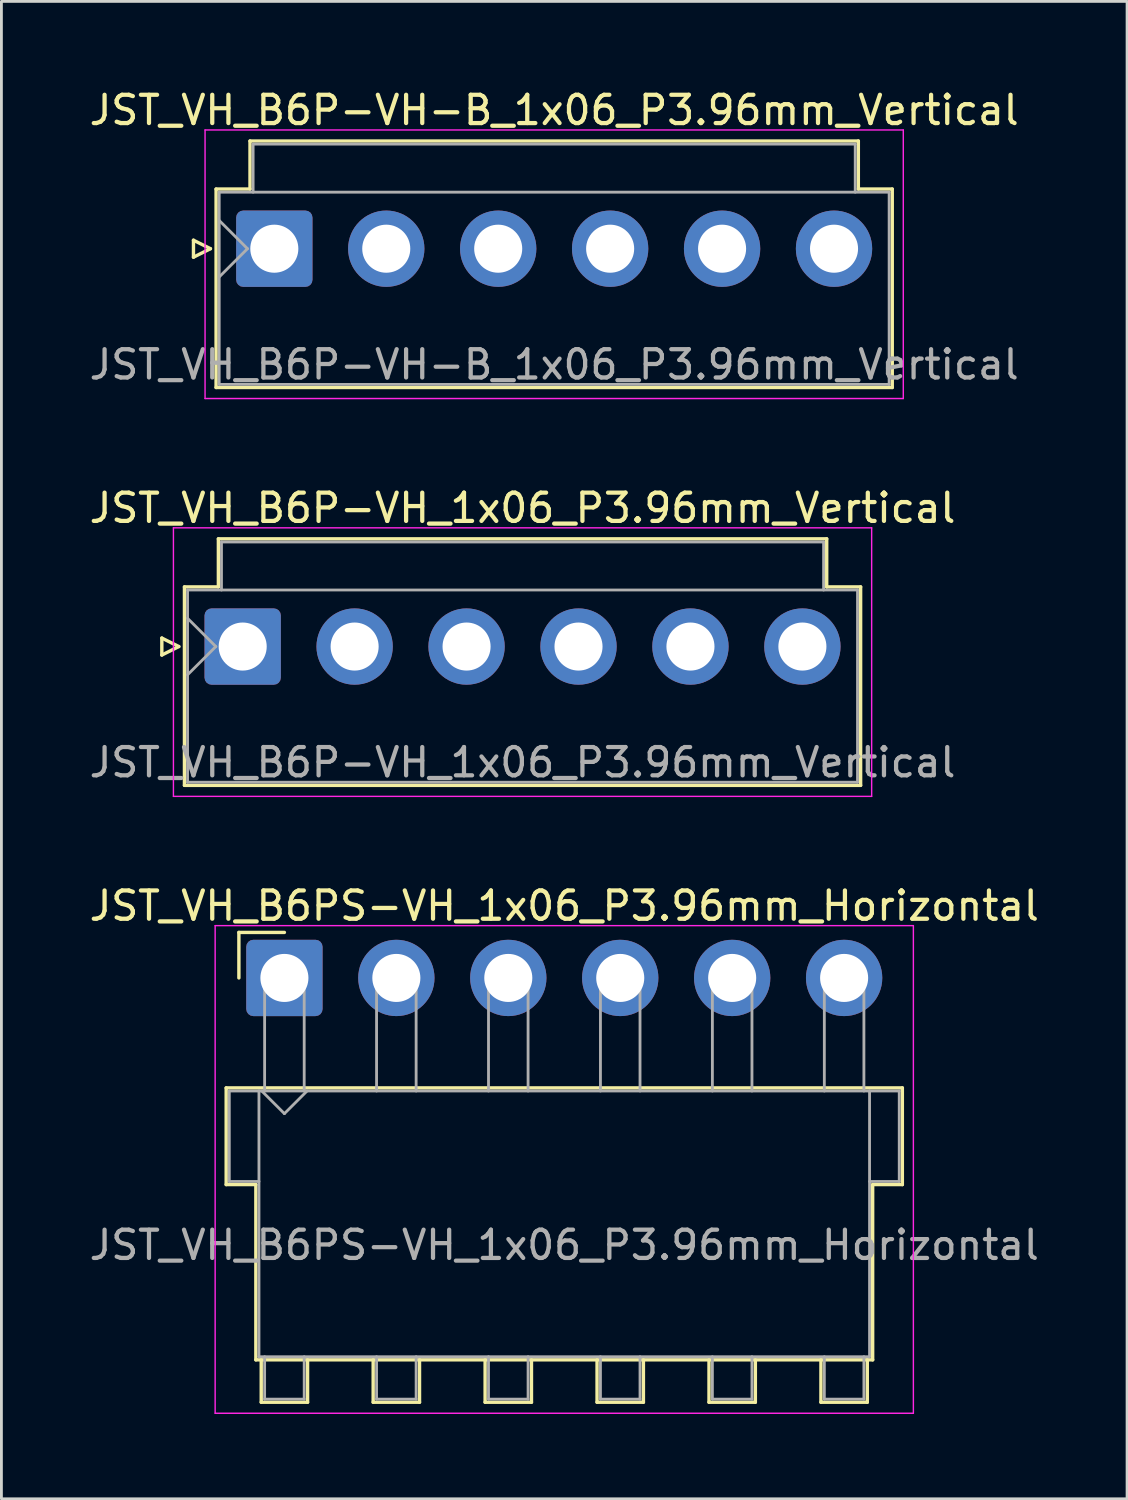
<source format=kicad_pcb>
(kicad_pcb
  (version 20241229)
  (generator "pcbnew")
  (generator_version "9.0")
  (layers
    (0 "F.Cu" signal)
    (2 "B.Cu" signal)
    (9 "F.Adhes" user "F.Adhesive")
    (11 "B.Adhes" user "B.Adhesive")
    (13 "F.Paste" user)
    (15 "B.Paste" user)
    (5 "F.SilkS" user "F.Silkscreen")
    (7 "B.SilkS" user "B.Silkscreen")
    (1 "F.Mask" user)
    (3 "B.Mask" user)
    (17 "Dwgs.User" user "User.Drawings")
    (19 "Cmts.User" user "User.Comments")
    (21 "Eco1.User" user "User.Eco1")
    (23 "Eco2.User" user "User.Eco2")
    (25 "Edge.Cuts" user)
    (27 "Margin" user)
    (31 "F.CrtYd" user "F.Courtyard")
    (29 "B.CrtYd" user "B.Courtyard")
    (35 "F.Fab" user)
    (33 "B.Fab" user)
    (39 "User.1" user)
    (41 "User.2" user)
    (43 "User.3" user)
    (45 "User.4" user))
  (footprint "JST_VH_B6P-VH_1x06_P3.96mm_Vertical"
    (layer "F.Cu")
    (at 5.535 19.822)
    (property "Reference" "JST_VH_B6P-VH_1x06_P3.96mm_Vertical" (at 9.9 -4.9 0) (layer "F.SilkS") (effects (font (size 1 1) (thickness 0.15))))
    (attr through_hole)
    (fp_line (start -2.86 -0.3) (end -2.26 0) (stroke (width 0.12) (type solid)) (layer "F.SilkS"))
    (fp_line (start -2.86 0.3) (end -2.86 -0.3) (stroke (width 0.12) (type solid)) (layer "F.SilkS"))
    (fp_line (start -2.26 0) (end -2.86 0.3) (stroke (width 0.12) (type solid)) (layer "F.SilkS"))
    (fp_line (start -2.06 -2.11) (end -0.86 -2.11) (stroke (width 0.12) (type solid)) (layer "F.SilkS"))
    (fp_line (start -2.06 4.91) (end -2.06 -2.11) (stroke (width 0.12) (type solid)) (layer "F.SilkS"))
    (fp_line (start -0.86 -3.81) (end 20.66 -3.81) (stroke (width 0.12) (type solid)) (layer "F.SilkS"))
    (fp_line (start -0.86 -2.11) (end -0.86 -3.81) (stroke (width 0.12) (type solid)) (layer "F.SilkS"))
    (fp_line (start 20.66 -3.81) (end 20.66 -2.11) (stroke (width 0.12) (type solid)) (layer "F.SilkS"))
    (fp_line (start 20.66 -2.11) (end 21.86 -2.11) (stroke (width 0.12) (type solid)) (layer "F.SilkS"))
    (fp_line (start 21.86 -2.11) (end 21.86 4.91) (stroke (width 0.12) (type solid)) (layer "F.SilkS"))
    (fp_line (start 21.86 4.91) (end -2.06 4.91) (stroke (width 0.12) (type solid)) (layer "F.SilkS"))
    (fp_line (start -2.45 -4.2) (end -2.45 5.3) (stroke (width 0.05) (type solid)) (layer "F.CrtYd"))
    (fp_line (start -2.45 5.3) (end 22.25 5.3) (stroke (width 0.05) (type solid)) (layer "F.CrtYd"))
    (fp_line (start 22.25 -4.2) (end -2.45 -4.2) (stroke (width 0.05) (type solid)) (layer "F.CrtYd"))
    (fp_line (start 22.25 5.3) (end 22.25 -4.2) (stroke (width 0.05) (type solid)) (layer "F.CrtYd"))
    (fp_line (start -1.95 -2) (end -1.95 4.8) (stroke (width 0.1) (type solid)) (layer "F.Fab"))
    (fp_line (start -1.95 -1) (end -0.95 0) (stroke (width 0.1) (type solid)) (layer "F.Fab"))
    (fp_line (start -1.95 1) (end -0.95 0) (stroke (width 0.1) (type solid)) (layer "F.Fab"))
    (fp_line (start -1.95 4.8) (end 21.75 4.8) (stroke (width 0.1) (type solid)) (layer "F.Fab"))
    (fp_line (start -0.75 -3.7) (end 20.55 -3.7) (stroke (width 0.1) (type solid)) (layer "F.Fab"))
    (fp_line (start -0.75 -2) (end -0.75 -3.7) (stroke (width 0.1) (type solid)) (layer "F.Fab"))
    (fp_line (start 20.55 -3.7) (end 20.55 -2) (stroke (width 0.1) (type solid)) (layer "F.Fab"))
    (fp_line (start 21.75 -2) (end -1.95 -2) (stroke (width 0.1) (type solid)) (layer "F.Fab"))
    (fp_line (start 21.75 4.8) (end 21.75 -2) (stroke (width 0.1) (type solid)) (layer "F.Fab"))
    (fp_text user "${REFERENCE}" (at 9.9 4.1 0) (layer "F.Fab") (effects (font (size 1 1) (thickness 0.15))))
    (pad "1" thru_hole roundrect (at 0 0) (size 2.7 2.7) (drill 1.7) (layers "*.Cu" "*.Mask") (roundrect_rratio 0.093))
    (pad "2" thru_hole circle (at 3.96 0) (size 2.7 2.7) (drill 1.7) (layers "*.Cu" "*.Mask"))
    (pad "3" thru_hole circle (at 7.92 0) (size 2.7 2.7) (drill 1.7) (layers "*.Cu" "*.Mask"))
    (pad "4" thru_hole circle (at 11.88 0) (size 2.7 2.7) (drill 1.7) (layers "*.Cu" "*.Mask"))
    (pad "5" thru_hole circle (at 15.84 0) (size 2.7 2.7) (drill 1.7) (layers "*.Cu" "*.Mask"))
    (pad "6" thru_hole circle (at 19.8 0) (size 2.7 2.7) (drill 1.7) (layers "*.Cu" "*.Mask")))
  (footprint "JST_VH_B6PS-VH_1x06_P3.96mm_Horizontal"
    (layer "F.Cu")
    (at 7.011 31.545)
    (property "Reference" "JST_VH_B6PS-VH_1x06_P3.96mm_Horizontal" (at 9.9 -2.55 0) (layer "F.SilkS") (effects (font (size 1 1) (thickness 0.15))))
    (attr through_hole)
    (fp_line (start -2.06 3.89) (end 21.86 3.89) (stroke (width 0.12) (type solid)) (layer "F.SilkS"))
    (fp_line (start -2.06 7.31) (end -2.06 3.89) (stroke (width 0.12) (type solid)) (layer "F.SilkS"))
    (fp_line (start -1.61 -1.61) (end -1.61 0) (stroke (width 0.12) (type solid)) (layer "F.SilkS"))
    (fp_line (start -1.01 7.31) (end -2.06 7.31) (stroke (width 0.12) (type solid)) (layer "F.SilkS"))
    (fp_line (start -1.01 13.51) (end -1.01 7.31) (stroke (width 0.12) (type solid)) (layer "F.SilkS"))
    (fp_line (start -0.82 13.51) (end -0.82 15.01) (stroke (width 0.12) (type solid)) (layer "F.SilkS"))
    (fp_line (start -0.82 15.01) (end 0.82 15.01) (stroke (width 0.12) (type solid)) (layer "F.SilkS"))
    (fp_line (start 0 -1.61) (end -1.61 -1.61) (stroke (width 0.12) (type solid)) (layer "F.SilkS"))
    (fp_line (start 0.82 15.01) (end 0.82 13.51) (stroke (width 0.12) (type solid)) (layer "F.SilkS"))
    (fp_line (start 3.14 13.51) (end 3.14 15.01) (stroke (width 0.12) (type solid)) (layer "F.SilkS"))
    (fp_line (start 3.14 15.01) (end 4.78 15.01) (stroke (width 0.12) (type solid)) (layer "F.SilkS"))
    (fp_line (start 4.78 15.01) (end 4.78 13.51) (stroke (width 0.12) (type solid)) (layer "F.SilkS"))
    (fp_line (start 7.1 13.51) (end 7.1 15.01) (stroke (width 0.12) (type solid)) (layer "F.SilkS"))
    (fp_line (start 7.1 15.01) (end 8.74 15.01) (stroke (width 0.12) (type solid)) (layer "F.SilkS"))
    (fp_line (start 8.74 15.01) (end 8.74 13.51) (stroke (width 0.12) (type solid)) (layer "F.SilkS"))
    (fp_line (start 11.06 13.51) (end 11.06 15.01) (stroke (width 0.12) (type solid)) (layer "F.SilkS"))
    (fp_line (start 11.06 15.01) (end 12.7 15.01) (stroke (width 0.12) (type solid)) (layer "F.SilkS"))
    (fp_line (start 12.7 15.01) (end 12.7 13.51) (stroke (width 0.12) (type solid)) (layer "F.SilkS"))
    (fp_line (start 15.02 13.51) (end 15.02 15.01) (stroke (width 0.12) (type solid)) (layer "F.SilkS"))
    (fp_line (start 15.02 15.01) (end 16.66 15.01) (stroke (width 0.12) (type solid)) (layer "F.SilkS"))
    (fp_line (start 16.66 15.01) (end 16.66 13.51) (stroke (width 0.12) (type solid)) (layer "F.SilkS"))
    (fp_line (start 18.98 13.51) (end 18.98 15.01) (stroke (width 0.12) (type solid)) (layer "F.SilkS"))
    (fp_line (start 18.98 15.01) (end 20.62 15.01) (stroke (width 0.12) (type solid)) (layer "F.SilkS"))
    (fp_line (start 20.62 15.01) (end 20.62 13.51) (stroke (width 0.12) (type solid)) (layer "F.SilkS"))
    (fp_line (start 20.81 7.31) (end 20.81 13.51) (stroke (width 0.12) (type solid)) (layer "F.SilkS"))
    (fp_line (start 20.81 13.51) (end -1.01 13.51) (stroke (width 0.12) (type solid)) (layer "F.SilkS"))
    (fp_line (start 21.86 3.89) (end 21.86 7.31) (stroke (width 0.12) (type solid)) (layer "F.SilkS"))
    (fp_line (start 21.86 7.31) (end 20.81 7.31) (stroke (width 0.12) (type solid)) (layer "F.SilkS"))
    (fp_line (start -2.45 -1.85) (end -2.45 15.4) (stroke (width 0.05) (type solid)) (layer "F.CrtYd"))
    (fp_line (start -2.45 15.4) (end 22.25 15.4) (stroke (width 0.05) (type solid)) (layer "F.CrtYd"))
    (fp_line (start 22.25 -1.85) (end -2.45 -1.85) (stroke (width 0.05) (type solid)) (layer "F.CrtYd"))
    (fp_line (start 22.25 15.4) (end 22.25 -1.85) (stroke (width 0.05) (type solid)) (layer "F.CrtYd"))
    (fp_line (start -1.95 4) (end -0.9 4) (stroke (width 0.1) (type solid)) (layer "F.Fab"))
    (fp_line (start -1.95 7.2) (end -1.95 4) (stroke (width 0.1) (type solid)) (layer "F.Fab"))
    (fp_line (start -0.9 4) (end -0.9 13.4) (stroke (width 0.1) (type solid)) (layer "F.Fab"))
    (fp_line (start -0.9 7.2) (end -1.95 7.2) (stroke (width 0.1) (type solid)) (layer "F.Fab"))
    (fp_line (start -0.9 13.4) (end 20.7 13.4) (stroke (width 0.1) (type solid)) (layer "F.Fab"))
    (fp_line (start -0.8 4) (end 0 4.8) (stroke (width 0.1) (type solid)) (layer "F.Fab"))
    (fp_line (start -0.7 0) (end 0.7 0) (stroke (width 0.1) (type solid)) (layer "F.Fab"))
    (fp_line (start -0.7 4) (end -0.7 0) (stroke (width 0.1) (type solid)) (layer "F.Fab"))
    (fp_line (start -0.7 13.4) (end -0.7 14.9) (stroke (width 0.1) (type solid)) (layer "F.Fab"))
    (fp_line (start -0.7 14.9) (end 0.7 14.9) (stroke (width 0.1) (type solid)) (layer "F.Fab"))
    (fp_line (start 0 4.8) (end 0.8 4) (stroke (width 0.1) (type solid)) (layer "F.Fab"))
    (fp_line (start 0.7 0) (end 0.7 4) (stroke (width 0.1) (type solid)) (layer "F.Fab"))
    (fp_line (start 0.7 14.9) (end 0.7 13.4) (stroke (width 0.1) (type solid)) (layer "F.Fab"))
    (fp_line (start 3.26 0) (end 4.66 0) (stroke (width 0.1) (type solid)) (layer "F.Fab"))
    (fp_line (start 3.26 4) (end 3.26 0) (stroke (width 0.1) (type solid)) (layer "F.Fab"))
    (fp_line (start 3.26 13.4) (end 3.26 14.9) (stroke (width 0.1) (type solid)) (layer "F.Fab"))
    (fp_line (start 3.26 14.9) (end 4.66 14.9) (stroke (width 0.1) (type solid)) (layer "F.Fab"))
    (fp_line (start 4.66 0) (end 4.66 4) (stroke (width 0.1) (type solid)) (layer "F.Fab"))
    (fp_line (start 4.66 14.9) (end 4.66 13.4) (stroke (width 0.1) (type solid)) (layer "F.Fab"))
    (fp_line (start 7.22 0) (end 8.62 0) (stroke (width 0.1) (type solid)) (layer "F.Fab"))
    (fp_line (start 7.22 4) (end 7.22 0) (stroke (width 0.1) (type solid)) (layer "F.Fab"))
    (fp_line (start 7.22 13.4) (end 7.22 14.9) (stroke (width 0.1) (type solid)) (layer "F.Fab"))
    (fp_line (start 7.22 14.9) (end 8.62 14.9) (stroke (width 0.1) (type solid)) (layer "F.Fab"))
    (fp_line (start 8.62 0) (end 8.62 4) (stroke (width 0.1) (type solid)) (layer "F.Fab"))
    (fp_line (start 8.62 14.9) (end 8.62 13.4) (stroke (width 0.1) (type solid)) (layer "F.Fab"))
    (fp_line (start 11.18 0) (end 12.58 0) (stroke (width 0.1) (type solid)) (layer "F.Fab"))
    (fp_line (start 11.18 4) (end 11.18 0) (stroke (width 0.1) (type solid)) (layer "F.Fab"))
    (fp_line (start 11.18 13.4) (end 11.18 14.9) (stroke (width 0.1) (type solid)) (layer "F.Fab"))
    (fp_line (start 11.18 14.9) (end 12.58 14.9) (stroke (width 0.1) (type solid)) (layer "F.Fab"))
    (fp_line (start 12.58 0) (end 12.58 4) (stroke (width 0.1) (type solid)) (layer "F.Fab"))
    (fp_line (start 12.58 14.9) (end 12.58 13.4) (stroke (width 0.1) (type solid)) (layer "F.Fab"))
    (fp_line (start 15.14 0) (end 16.54 0) (stroke (width 0.1) (type solid)) (layer "F.Fab"))
    (fp_line (start 15.14 4) (end 15.14 0) (stroke (width 0.1) (type solid)) (layer "F.Fab"))
    (fp_line (start 15.14 13.4) (end 15.14 14.9) (stroke (width 0.1) (type solid)) (layer "F.Fab"))
    (fp_line (start 15.14 14.9) (end 16.54 14.9) (stroke (width 0.1) (type solid)) (layer "F.Fab"))
    (fp_line (start 16.54 0) (end 16.54 4) (stroke (width 0.1) (type solid)) (layer "F.Fab"))
    (fp_line (start 16.54 14.9) (end 16.54 13.4) (stroke (width 0.1) (type solid)) (layer "F.Fab"))
    (fp_line (start 19.1 0) (end 20.5 0) (stroke (width 0.1) (type solid)) (layer "F.Fab"))
    (fp_line (start 19.1 4) (end 19.1 0) (stroke (width 0.1) (type solid)) (layer "F.Fab"))
    (fp_line (start 19.1 13.4) (end 19.1 14.9) (stroke (width 0.1) (type solid)) (layer "F.Fab"))
    (fp_line (start 19.1 14.9) (end 20.5 14.9) (stroke (width 0.1) (type solid)) (layer "F.Fab"))
    (fp_line (start 20.5 0) (end 20.5 4) (stroke (width 0.1) (type solid)) (layer "F.Fab"))
    (fp_line (start 20.5 14.9) (end 20.5 13.4) (stroke (width 0.1) (type solid)) (layer "F.Fab"))
    (fp_line (start 20.7 4) (end -0.9 4) (stroke (width 0.1) (type solid)) (layer "F.Fab"))
    (fp_line (start 20.7 4) (end 21.75 4) (stroke (width 0.1) (type solid)) (layer "F.Fab"))
    (fp_line (start 20.7 13.4) (end 20.7 4) (stroke (width 0.1) (type solid)) (layer "F.Fab"))
    (fp_line (start 21.75 4) (end 21.75 7.2) (stroke (width 0.1) (type solid)) (layer "F.Fab"))
    (fp_line (start 21.75 7.2) (end 20.7 7.2) (stroke (width 0.1) (type solid)) (layer "F.Fab"))
    (fp_text user "${REFERENCE}" (at 9.9 9.45 0) (layer "F.Fab") (effects (font (size 1 1) (thickness 0.15))))
    (pad "1" thru_hole roundrect (at 0 0) (size 2.7 2.7) (drill 1.7) (layers "*.Cu" "*.Mask") (roundrect_rratio 0.093))
    (pad "2" thru_hole circle (at 3.96 0) (size 2.7 2.7) (drill 1.7) (layers "*.Cu" "*.Mask"))
    (pad "3" thru_hole circle (at 7.92 0) (size 2.7 2.7) (drill 1.7) (layers "*.Cu" "*.Mask"))
    (pad "4" thru_hole circle (at 11.88 0) (size 2.7 2.7) (drill 1.7) (layers "*.Cu" "*.Mask"))
    (pad "5" thru_hole circle (at 15.84 0) (size 2.7 2.7) (drill 1.7) (layers "*.Cu" "*.Mask"))
    (pad "6" thru_hole circle (at 19.8 0) (size 2.7 2.7) (drill 1.7) (layers "*.Cu" "*.Mask")))
  (footprint "JST_VH_B6P-VH-B_1x06_P3.96mm_Vertical"
    (layer "F.Cu")
    (at 6.654 5.748)
    (property "Reference" "JST_VH_B6P-VH-B_1x06_P3.96mm_Vertical" (at 9.9 -4.9 0) (layer "F.SilkS") (effects (font (size 1 1) (thickness 0.15))))
    (attr through_hole)
    (fp_line (start -2.86 -0.3) (end -2.26 0) (stroke (width 0.12) (type solid)) (layer "F.SilkS"))
    (fp_line (start -2.86 0.3) (end -2.86 -0.3) (stroke (width 0.12) (type solid)) (layer "F.SilkS"))
    (fp_line (start -2.26 0) (end -2.86 0.3) (stroke (width 0.12) (type solid)) (layer "F.SilkS"))
    (fp_line (start -2.06 -2.11) (end -0.86 -2.11) (stroke (width 0.12) (type solid)) (layer "F.SilkS"))
    (fp_line (start -2.06 4.91) (end -2.06 -2.11) (stroke (width 0.12) (type solid)) (layer "F.SilkS"))
    (fp_line (start -0.86 -3.81) (end 20.66 -3.81) (stroke (width 0.12) (type solid)) (layer "F.SilkS"))
    (fp_line (start -0.86 -2.11) (end -0.86 -3.81) (stroke (width 0.12) (type solid)) (layer "F.SilkS"))
    (fp_line (start 20.66 -3.81) (end 20.66 -2.11) (stroke (width 0.12) (type solid)) (layer "F.SilkS"))
    (fp_line (start 20.66 -2.11) (end 21.86 -2.11) (stroke (width 0.12) (type solid)) (layer "F.SilkS"))
    (fp_line (start 21.86 -2.11) (end 21.86 4.91) (stroke (width 0.12) (type solid)) (layer "F.SilkS"))
    (fp_line (start 21.86 4.91) (end -2.06 4.91) (stroke (width 0.12) (type solid)) (layer "F.SilkS"))
    (fp_line (start -2.45 -4.2) (end -2.45 5.3) (stroke (width 0.05) (type solid)) (layer "F.CrtYd"))
    (fp_line (start -2.45 5.3) (end 22.25 5.3) (stroke (width 0.05) (type solid)) (layer "F.CrtYd"))
    (fp_line (start 22.25 -4.2) (end -2.45 -4.2) (stroke (width 0.05) (type solid)) (layer "F.CrtYd"))
    (fp_line (start 22.25 5.3) (end 22.25 -4.2) (stroke (width 0.05) (type solid)) (layer "F.CrtYd"))
    (fp_line (start -1.95 -2) (end -1.95 4.8) (stroke (width 0.1) (type solid)) (layer "F.Fab"))
    (fp_line (start -1.95 -1) (end -0.95 0) (stroke (width 0.1) (type solid)) (layer "F.Fab"))
    (fp_line (start -1.95 1) (end -0.95 0) (stroke (width 0.1) (type solid)) (layer "F.Fab"))
    (fp_line (start -1.95 4.8) (end 21.75 4.8) (stroke (width 0.1) (type solid)) (layer "F.Fab"))
    (fp_line (start -0.75 -3.7) (end 20.55 -3.7) (stroke (width 0.1) (type solid)) (layer "F.Fab"))
    (fp_line (start -0.75 -2) (end -0.75 -3.7) (stroke (width 0.1) (type solid)) (layer "F.Fab"))
    (fp_line (start 20.55 -3.7) (end 20.55 -2) (stroke (width 0.1) (type solid)) (layer "F.Fab"))
    (fp_line (start 21.75 -2) (end -1.95 -2) (stroke (width 0.1) (type solid)) (layer "F.Fab"))
    (fp_line (start 21.75 4.8) (end 21.75 -2) (stroke (width 0.1) (type solid)) (layer "F.Fab"))
    (fp_text user "${REFERENCE}" (at 9.9 4.1 0) (layer "F.Fab") (effects (font (size 1 1) (thickness 0.15))))
    (pad "1" thru_hole roundrect (at 0 0) (size 2.7 2.7) (drill 1.7) (layers "*.Cu" "*.Mask") (roundrect_rratio 0.093))
    (pad "2" thru_hole circle (at 3.96 0) (size 2.7 2.7) (drill 1.7) (layers "*.Cu" "*.Mask"))
    (pad "3" thru_hole circle (at 7.92 0) (size 2.7 2.7) (drill 1.7) (layers "*.Cu" "*.Mask"))
    (pad "4" thru_hole circle (at 11.88 0) (size 2.7 2.7) (drill 1.7) (layers "*.Cu" "*.Mask"))
    (pad "5" thru_hole circle (at 15.84 0) (size 2.7 2.7) (drill 1.7) (layers "*.Cu" "*.Mask"))
    (pad "6" thru_hole circle (at 19.8 0) (size 2.7 2.7) (drill 1.7) (layers "*.Cu" "*.Mask")))
  (gr_rect
    (start -3 -3)
    (end 36.821 49.97)
    (stroke (width 0.1) (type default))
    (fill no)
    (layer "Edge.Cuts")))
</source>
